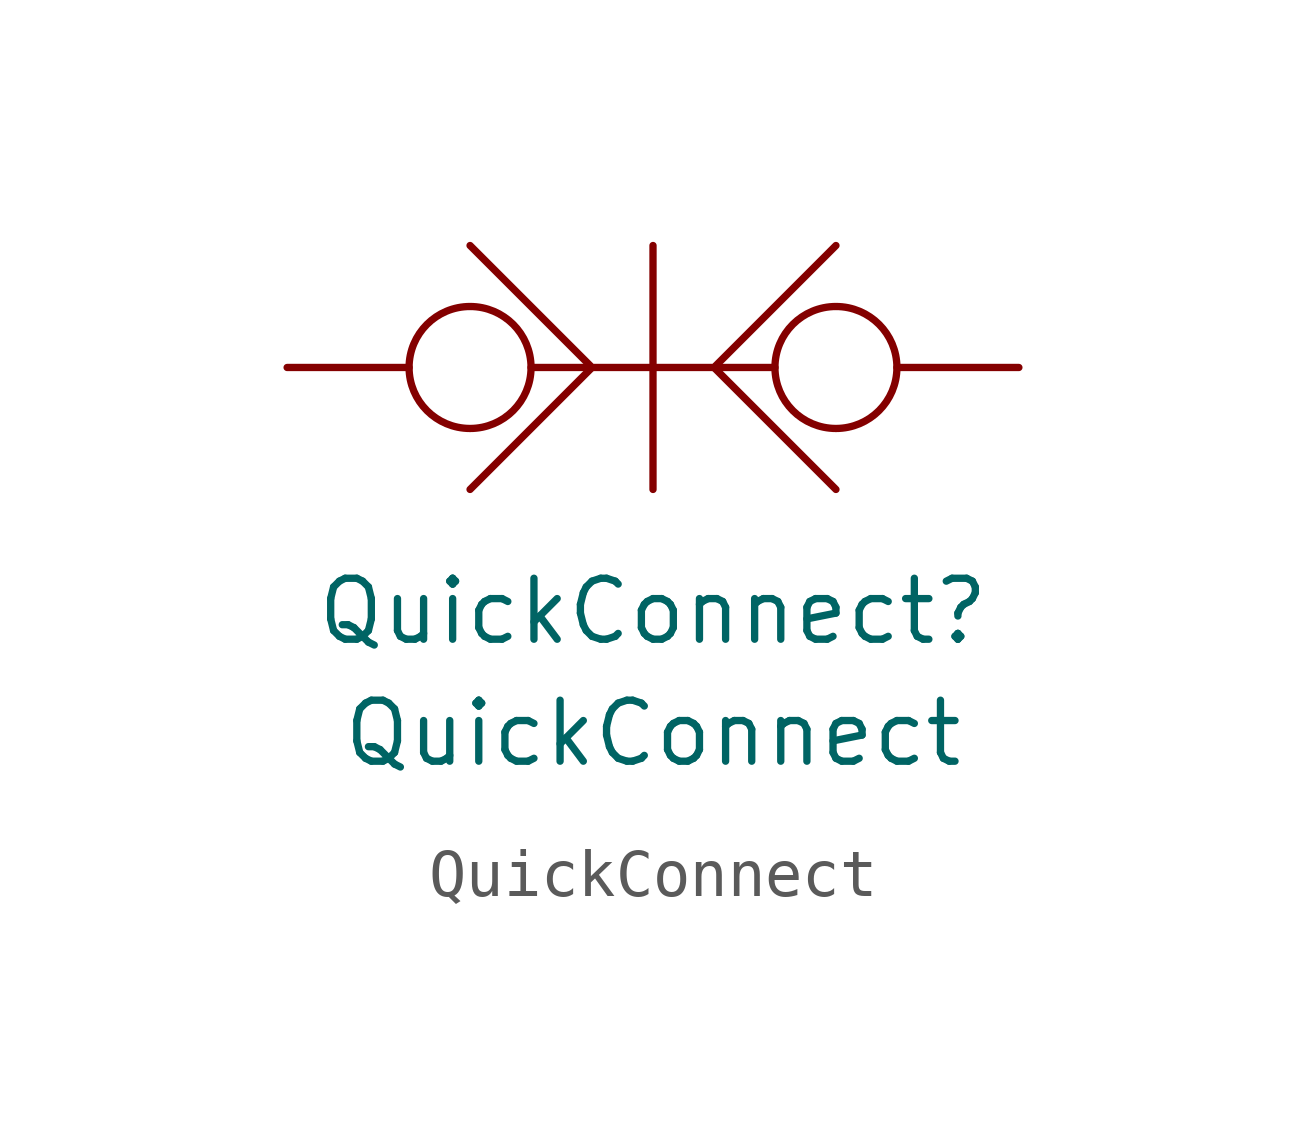
<source format=kicad_sym>
(kicad_symbol_lib
  (version 20211014)
  (generator kicad_symbol_editor)
  (symbol "QuickConnect"
    (pin_numbers hide)
    (pin_names
      (offset 1.016))
    (property "Reference" "QuickConnect"
      (at 0 -5.08 0)
      (effects (font (size 1.27 1.27))))
    (property "Value" "QuickConnect"
      (at 0 -7.62 0)
      (effects (font (size 1.27 1.27))))
    (symbol "QuickConnect_0_0"
      (circle (center -3.81 0) (radius 1.27) (stroke (width 0) (type default) (color 0 0 0 0)) (fill (type none)))
      (polyline (pts (xy -1.27 0) (xy -3.81 -2.54)) (stroke (width 0) (type default) (color 0 0 0 0)) (fill (type none)))
      (polyline (pts (xy -1.27 0) (xy -2.54 0)) (stroke (width 0) (type default) (color 0 0 0 0)) (fill (type none)))
      (polyline (pts (xy 0 2.54) (xy 0 -2.54)) (stroke (width 0) (type default) (color 0 0 0 0)) (fill (type none)))
      (polyline (pts (xy 1.27 0) (xy 3.81 -2.54)) (stroke (width 0) (type default) (color 0 0 0 0)) (fill (type none)))
      (polyline (pts (xy 2.54 0) (xy 1.27 0)) (stroke (width 0) (type default) (color 0 0 0 0)) (fill (type none)))
      (polyline (pts (xy 0 0) (xy -1.27 0) (xy -3.81 2.54)) (stroke (width 0) (type default) (color 0 0 0 0)) (fill (type none)))
      (polyline (pts (xy 0 0) (xy 1.27 0) (xy 3.81 2.54)) (stroke (width 0) (type default) (color 0 0 0 0)) (fill (type none)))
      (circle (center 3.81 0) (radius 1.27) (stroke (width 0) (type default) (color 0 0 0 0)) (fill (type none))))
    (symbol "QuickConnect_1_1"
      (pin bidirectional line (at -7.62 0 0) (length 2.54) (name "~" (effects (font (size 1.27 1.27)))) (number "~" (effects (font (size 1.27 1.27)))))
      (pin bidirectional line (at 7.62 0 180) (length 2.54) (name "~" (effects (font (size 1.27 1.27)))) (number "~" (effects (font (size 1.27 1.27))))))))
</source>
